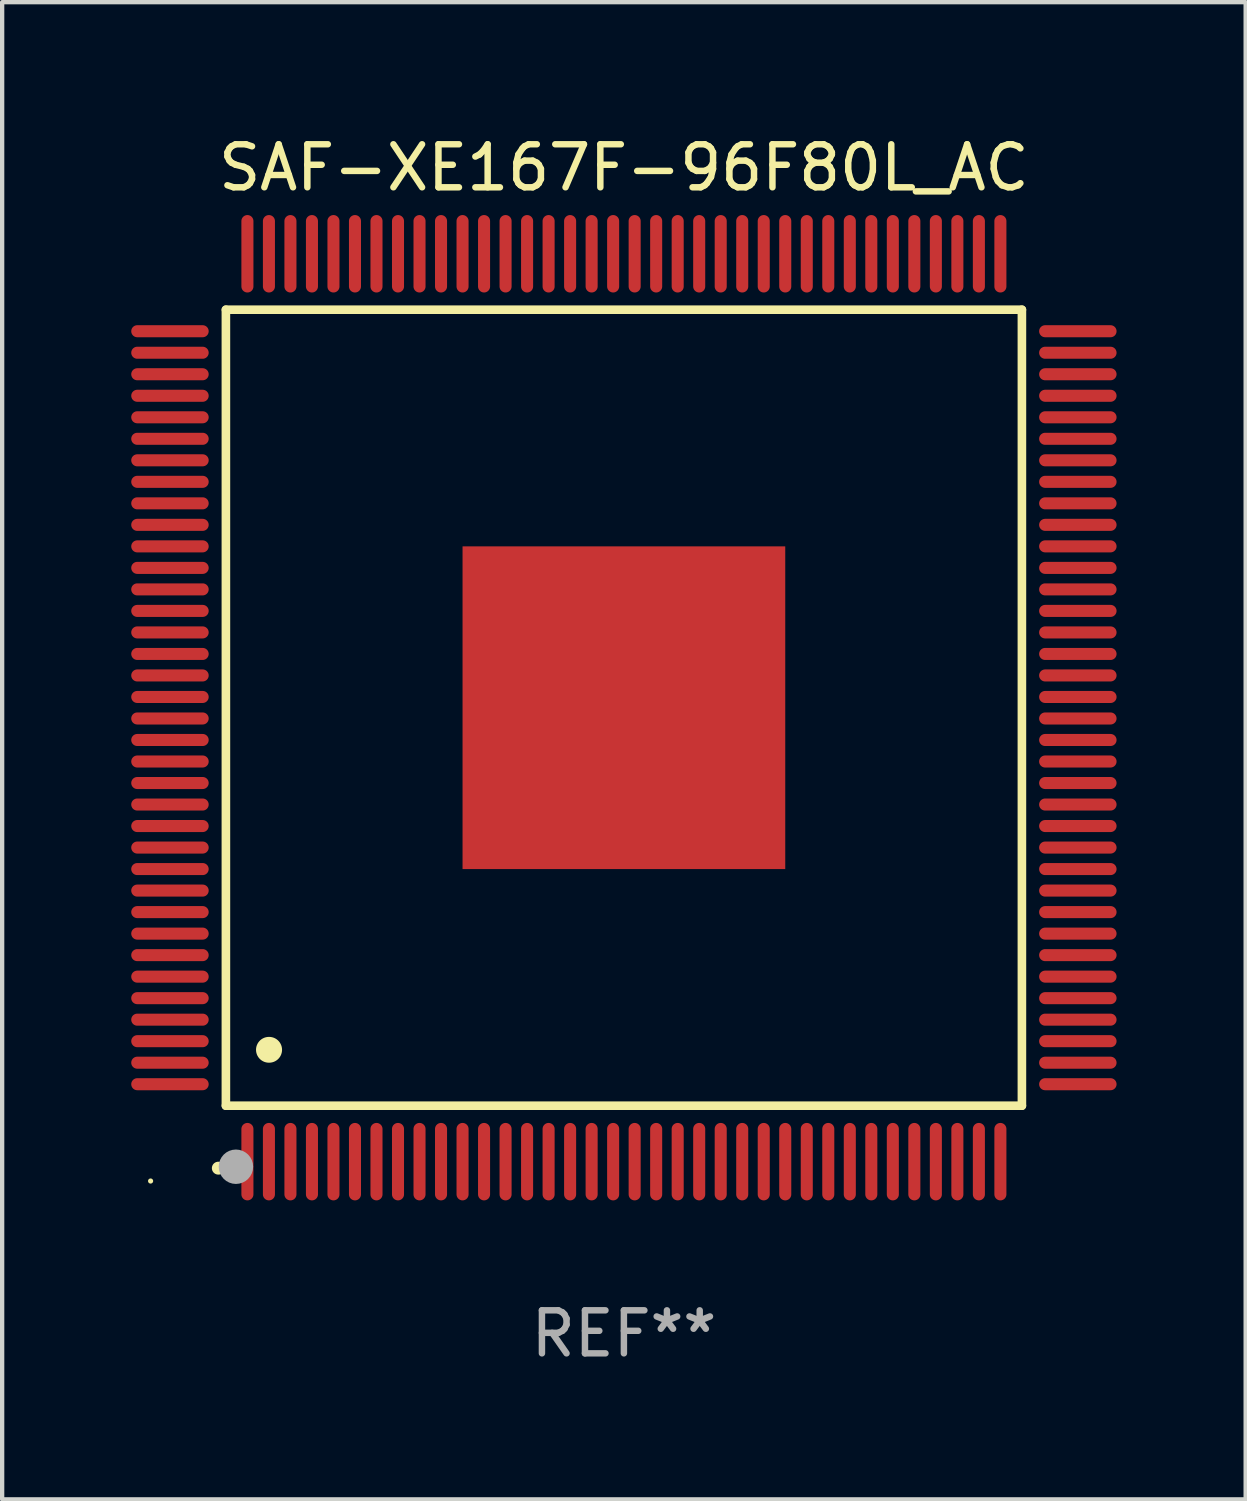
<source format=kicad_pcb>
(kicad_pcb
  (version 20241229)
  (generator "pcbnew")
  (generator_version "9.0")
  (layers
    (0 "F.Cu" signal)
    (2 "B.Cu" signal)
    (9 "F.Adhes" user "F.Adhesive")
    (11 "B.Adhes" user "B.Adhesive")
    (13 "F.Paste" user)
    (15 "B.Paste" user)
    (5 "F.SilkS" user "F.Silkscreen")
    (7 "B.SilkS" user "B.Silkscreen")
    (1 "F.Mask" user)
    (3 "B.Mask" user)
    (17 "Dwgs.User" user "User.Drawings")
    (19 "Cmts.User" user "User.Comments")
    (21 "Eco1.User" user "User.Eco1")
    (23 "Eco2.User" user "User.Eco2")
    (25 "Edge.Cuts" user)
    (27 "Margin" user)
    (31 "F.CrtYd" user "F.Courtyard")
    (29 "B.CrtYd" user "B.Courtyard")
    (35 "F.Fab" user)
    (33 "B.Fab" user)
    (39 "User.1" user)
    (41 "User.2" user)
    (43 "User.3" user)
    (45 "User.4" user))
  (footprint "SAF-XE167F-96F80L_AC"
    (layer "F.Cu")
    (at 11.45 13.398)
    (property "Reference" "SAF-XE167F-96F80L_AC" (at 0 -12.55 0) (layer "F.SilkS") (effects (font (size 1 1) (thickness 0.15))))
    (attr through_hole)
    (fp_line (start -9.25 -9.25) (end 9.25 -9.25) (stroke (width 0.2) (type solid)) (layer "F.SilkS"))
    (fp_line (start -9.25 9.25) (end -9.25 -9.25) (stroke (width 0.2) (type solid)) (layer "F.SilkS"))
    (fp_line (start 9.25 -9.25) (end 9.25 9.25) (stroke (width 0.2) (type solid)) (layer "F.SilkS"))
    (fp_line (start 9.25 9.25) (end -9.25 9.25) (stroke (width 0.2) (type solid)) (layer "F.SilkS"))
    (fp_arc (start -9.425959 10.701041) (mid -9.424689 10.701036) (end -9.423419 10.701041) (stroke (width 0.3) (type solid)) (layer "F.SilkS"))
    (fp_arc (start -8.249936 7.950216) (mid -8.247396 7.950205) (end -8.244856 7.950216) (stroke (width 0.6) (type solid)) (layer "F.SilkS"))
    (fp_circle (center -11 11) (end -10.97 11) (stroke (width 0.06) (type solid)) (fill no) (layer "F.SilkS"))
    (fp_circle (center -9.017 10.668) (end -8.817 10.668) (stroke (width 0.4) (type solid)) (fill no) (layer "F.Fab"))
    (fp_text user "REF**" (at 0 14.55 0) (layer "F.Fab") (effects (font (size 1 1) (thickness 0.15))))
    (pad "1" smd oval (at -8.75 10.55 180) (size 0.28 1.8) (layers "F.Cu" "F.Mask" "F.Paste"))
    (pad "2" smd oval (at -8.25 10.55 180) (size 0.28 1.8) (layers "F.Cu" "F.Mask" "F.Paste"))
    (pad "3" smd oval (at -7.75 10.55 180) (size 0.28 1.8) (layers "F.Cu" "F.Mask" "F.Paste"))
    (pad "4" smd oval (at -7.25 10.55 180) (size 0.28 1.8) (layers "F.Cu" "F.Mask" "F.Paste"))
    (pad "5" smd oval (at -6.75 10.55 180) (size 0.28 1.8) (layers "F.Cu" "F.Mask" "F.Paste"))
    (pad "6" smd oval (at -6.25 10.55 180) (size 0.28 1.8) (layers "F.Cu" "F.Mask" "F.Paste"))
    (pad "7" smd oval (at -5.75 10.55 180) (size 0.28 1.8) (layers "F.Cu" "F.Mask" "F.Paste"))
    (pad "8" smd oval (at -5.25 10.55 180) (size 0.28 1.8) (layers "F.Cu" "F.Mask" "F.Paste"))
    (pad "9" smd oval (at -4.75 10.55 180) (size 0.28 1.8) (layers "F.Cu" "F.Mask" "F.Paste"))
    (pad "10" smd oval (at -4.25 10.55 180) (size 0.28 1.8) (layers "F.Cu" "F.Mask" "F.Paste"))
    (pad "11" smd oval (at -3.75 10.55 180) (size 0.28 1.8) (layers "F.Cu" "F.Mask" "F.Paste"))
    (pad "12" smd oval (at -3.25 10.55 180) (size 0.28 1.8) (layers "F.Cu" "F.Mask" "F.Paste"))
    (pad "13" smd oval (at -2.75 10.55 180) (size 0.28 1.8) (layers "F.Cu" "F.Mask" "F.Paste"))
    (pad "14" smd oval (at -2.25 10.55 180) (size 0.28 1.8) (layers "F.Cu" "F.Mask" "F.Paste"))
    (pad "15" smd oval (at -1.75 10.55 180) (size 0.28 1.8) (layers "F.Cu" "F.Mask" "F.Paste"))
    (pad "16" smd oval (at -1.25 10.55 180) (size 0.28 1.8) (layers "F.Cu" "F.Mask" "F.Paste"))
    (pad "17" smd oval (at -0.75 10.55 180) (size 0.28 1.8) (layers "F.Cu" "F.Mask" "F.Paste"))
    (pad "18" smd oval (at -0.25 10.55 180) (size 0.28 1.8) (layers "F.Cu" "F.Mask" "F.Paste"))
    (pad "19" smd oval (at 0.25 10.55 180) (size 0.28 1.8) (layers "F.Cu" "F.Mask" "F.Paste"))
    (pad "20" smd oval (at 0.75 10.55 180) (size 0.28 1.8) (layers "F.Cu" "F.Mask" "F.Paste"))
    (pad "21" smd oval (at 1.25 10.55 180) (size 0.28 1.8) (layers "F.Cu" "F.Mask" "F.Paste"))
    (pad "22" smd oval (at 1.75 10.55 180) (size 0.28 1.8) (layers "F.Cu" "F.Mask" "F.Paste"))
    (pad "23" smd oval (at 2.25 10.55 180) (size 0.28 1.8) (layers "F.Cu" "F.Mask" "F.Paste"))
    (pad "24" smd oval (at 2.75 10.55 180) (size 0.28 1.8) (layers "F.Cu" "F.Mask" "F.Paste"))
    (pad "25" smd oval (at 3.25 10.55 180) (size 0.28 1.8) (layers "F.Cu" "F.Mask" "F.Paste"))
    (pad "26" smd oval (at 3.75 10.55 180) (size 0.28 1.8) (layers "F.Cu" "F.Mask" "F.Paste"))
    (pad "27" smd oval (at 4.25 10.55 180) (size 0.28 1.8) (layers "F.Cu" "F.Mask" "F.Paste"))
    (pad "28" smd oval (at 4.75 10.55 180) (size 0.28 1.8) (layers "F.Cu" "F.Mask" "F.Paste"))
    (pad "29" smd oval (at 5.25 10.55 180) (size 0.28 1.8) (layers "F.Cu" "F.Mask" "F.Paste"))
    (pad "30" smd oval (at 5.75 10.55 180) (size 0.28 1.8) (layers "F.Cu" "F.Mask" "F.Paste"))
    (pad "31" smd oval (at 6.25 10.55 180) (size 0.28 1.8) (layers "F.Cu" "F.Mask" "F.Paste"))
    (pad "32" smd oval (at 6.75 10.55 180) (size 0.28 1.8) (layers "F.Cu" "F.Mask" "F.Paste"))
    (pad "33" smd oval (at 7.25 10.55 180) (size 0.28 1.8) (layers "F.Cu" "F.Mask" "F.Paste"))
    (pad "34" smd oval (at 7.75 10.55 180) (size 0.28 1.8) (layers "F.Cu" "F.Mask" "F.Paste"))
    (pad "35" smd oval (at 8.25 10.55 180) (size 0.28 1.8) (layers "F.Cu" "F.Mask" "F.Paste"))
    (pad "36" smd oval (at 8.75 10.55 180) (size 0.28 1.8) (layers "F.Cu" "F.Mask" "F.Paste"))
    (pad "37" smd oval (at 10.55 8.75 90) (size 0.28 1.8) (layers "F.Cu" "F.Mask" "F.Paste"))
    (pad "38" smd oval (at 10.55 8.25 90) (size 0.28 1.8) (layers "F.Cu" "F.Mask" "F.Paste"))
    (pad "39" smd oval (at 10.55 7.75 90) (size 0.28 1.8) (layers "F.Cu" "F.Mask" "F.Paste"))
    (pad "40" smd oval (at 10.55 7.25 90) (size 0.28 1.8) (layers "F.Cu" "F.Mask" "F.Paste"))
    (pad "41" smd oval (at 10.55 6.75 90) (size 0.28 1.8) (layers "F.Cu" "F.Mask" "F.Paste"))
    (pad "42" smd oval (at 10.55 6.25 90) (size 0.28 1.8) (layers "F.Cu" "F.Mask" "F.Paste"))
    (pad "43" smd oval (at 10.55 5.75 90) (size 0.28 1.8) (layers "F.Cu" "F.Mask" "F.Paste"))
    (pad "44" smd oval (at 10.55 5.25 90) (size 0.28 1.8) (layers "F.Cu" "F.Mask" "F.Paste"))
    (pad "45" smd oval (at 10.55 4.75 90) (size 0.28 1.8) (layers "F.Cu" "F.Mask" "F.Paste"))
    (pad "46" smd oval (at 10.55 4.25 90) (size 0.28 1.8) (layers "F.Cu" "F.Mask" "F.Paste"))
    (pad "47" smd oval (at 10.55 3.75 90) (size 0.28 1.8) (layers "F.Cu" "F.Mask" "F.Paste"))
    (pad "48" smd oval (at 10.55 3.25 90) (size 0.28 1.8) (layers "F.Cu" "F.Mask" "F.Paste"))
    (pad "49" smd oval (at 10.55 2.75 90) (size 0.28 1.8) (layers "F.Cu" "F.Mask" "F.Paste"))
    (pad "50" smd oval (at 10.55 2.25 90) (size 0.28 1.8) (layers "F.Cu" "F.Mask" "F.Paste"))
    (pad "51" smd oval (at 10.55 1.75 90) (size 0.28 1.8) (layers "F.Cu" "F.Mask" "F.Paste"))
    (pad "52" smd oval (at 10.55 1.25 90) (size 0.28 1.8) (layers "F.Cu" "F.Mask" "F.Paste"))
    (pad "53" smd oval (at 10.55 0.75 90) (size 0.28 1.8) (layers "F.Cu" "F.Mask" "F.Paste"))
    (pad "54" smd oval (at 10.55 0.25 90) (size 0.28 1.8) (layers "F.Cu" "F.Mask" "F.Paste"))
    (pad "55" smd oval (at 10.55 -0.25 90) (size 0.28 1.8) (layers "F.Cu" "F.Mask" "F.Paste"))
    (pad "56" smd oval (at 10.55 -0.75 90) (size 0.28 1.8) (layers "F.Cu" "F.Mask" "F.Paste"))
    (pad "57" smd oval (at 10.55 -1.25 90) (size 0.28 1.8) (layers "F.Cu" "F.Mask" "F.Paste"))
    (pad "58" smd oval (at 10.55 -1.75 90) (size 0.28 1.8) (layers "F.Cu" "F.Mask" "F.Paste"))
    (pad "59" smd oval (at 10.55 -2.25 90) (size 0.28 1.8) (layers "F.Cu" "F.Mask" "F.Paste"))
    (pad "60" smd oval (at 10.55 -2.75 90) (size 0.28 1.8) (layers "F.Cu" "F.Mask" "F.Paste"))
    (pad "61" smd oval (at 10.55 -3.25 90) (size 0.28 1.8) (layers "F.Cu" "F.Mask" "F.Paste"))
    (pad "62" smd oval (at 10.55 -3.75 90) (size 0.28 1.8) (layers "F.Cu" "F.Mask" "F.Paste"))
    (pad "63" smd oval (at 10.55 -4.25 90) (size 0.28 1.8) (layers "F.Cu" "F.Mask" "F.Paste"))
    (pad "64" smd oval (at 10.55 -4.75 90) (size 0.28 1.8) (layers "F.Cu" "F.Mask" "F.Paste"))
    (pad "65" smd oval (at 10.55 -5.25 90) (size 0.28 1.8) (layers "F.Cu" "F.Mask" "F.Paste"))
    (pad "66" smd oval (at 10.55 -5.75 90) (size 0.28 1.8) (layers "F.Cu" "F.Mask" "F.Paste"))
    (pad "67" smd oval (at 10.55 -6.25 90) (size 0.28 1.8) (layers "F.Cu" "F.Mask" "F.Paste"))
    (pad "68" smd oval (at 10.55 -6.75 90) (size 0.28 1.8) (layers "F.Cu" "F.Mask" "F.Paste"))
    (pad "69" smd oval (at 10.55 -7.25 90) (size 0.28 1.8) (layers "F.Cu" "F.Mask" "F.Paste"))
    (pad "70" smd oval (at 10.55 -7.75 90) (size 0.28 1.8) (layers "F.Cu" "F.Mask" "F.Paste"))
    (pad "71" smd oval (at 10.55 -8.25 90) (size 0.28 1.8) (layers "F.Cu" "F.Mask" "F.Paste"))
    (pad "72" smd oval (at 10.55 -8.75 90) (size 0.28 1.8) (layers "F.Cu" "F.Mask" "F.Paste"))
    (pad "73" smd oval (at 8.75 -10.55 180) (size 0.28 1.8) (layers "F.Cu" "F.Mask" "F.Paste"))
    (pad "74" smd oval (at 8.25 -10.55 180) (size 0.28 1.8) (layers "F.Cu" "F.Mask" "F.Paste"))
    (pad "75" smd oval (at 7.75 -10.55 180) (size 0.28 1.8) (layers "F.Cu" "F.Mask" "F.Paste"))
    (pad "76" smd oval (at 7.25 -10.55 180) (size 0.28 1.8) (layers "F.Cu" "F.Mask" "F.Paste"))
    (pad "77" smd oval (at 6.75 -10.55 180) (size 0.28 1.8) (layers "F.Cu" "F.Mask" "F.Paste"))
    (pad "78" smd oval (at 6.25 -10.55 180) (size 0.28 1.8) (layers "F.Cu" "F.Mask" "F.Paste"))
    (pad "79" smd oval (at 5.75 -10.55 180) (size 0.28 1.8) (layers "F.Cu" "F.Mask" "F.Paste"))
    (pad "80" smd oval (at 5.25 -10.55 180) (size 0.28 1.8) (layers "F.Cu" "F.Mask" "F.Paste"))
    (pad "81" smd oval (at 4.75 -10.55 180) (size 0.28 1.8) (layers "F.Cu" "F.Mask" "F.Paste"))
    (pad "82" smd oval (at 4.25 -10.55 180) (size 0.28 1.8) (layers "F.Cu" "F.Mask" "F.Paste"))
    (pad "83" smd oval (at 3.75 -10.55 180) (size 0.28 1.8) (layers "F.Cu" "F.Mask" "F.Paste"))
    (pad "84" smd oval (at 3.25 -10.55 180) (size 0.28 1.8) (layers "F.Cu" "F.Mask" "F.Paste"))
    (pad "85" smd oval (at 2.75 -10.55 180) (size 0.28 1.8) (layers "F.Cu" "F.Mask" "F.Paste"))
    (pad "86" smd oval (at 2.25 -10.55 180) (size 0.28 1.8) (layers "F.Cu" "F.Mask" "F.Paste"))
    (pad "87" smd oval (at 1.75 -10.55 180) (size 0.28 1.8) (layers "F.Cu" "F.Mask" "F.Paste"))
    (pad "88" smd oval (at 1.25 -10.55 180) (size 0.28 1.8) (layers "F.Cu" "F.Mask" "F.Paste"))
    (pad "89" smd oval (at 0.75 -10.55 180) (size 0.28 1.8) (layers "F.Cu" "F.Mask" "F.Paste"))
    (pad "90" smd oval (at 0.25 -10.55 180) (size 0.28 1.8) (layers "F.Cu" "F.Mask" "F.Paste"))
    (pad "91" smd oval (at -0.25 -10.55 180) (size 0.28 1.8) (layers "F.Cu" "F.Mask" "F.Paste"))
    (pad "92" smd oval (at -0.75 -10.55 180) (size 0.28 1.8) (layers "F.Cu" "F.Mask" "F.Paste"))
    (pad "93" smd oval (at -1.25 -10.55 180) (size 0.28 1.8) (layers "F.Cu" "F.Mask" "F.Paste"))
    (pad "94" smd oval (at -1.75 -10.55 180) (size 0.28 1.8) (layers "F.Cu" "F.Mask" "F.Paste"))
    (pad "95" smd oval (at -2.25 -10.55 180) (size 0.28 1.8) (layers "F.Cu" "F.Mask" "F.Paste"))
    (pad "96" smd oval (at -2.75 -10.55 180) (size 0.28 1.8) (layers "F.Cu" "F.Mask" "F.Paste"))
    (pad "97" smd oval (at -3.25 -10.55 180) (size 0.28 1.8) (layers "F.Cu" "F.Mask" "F.Paste"))
    (pad "98" smd oval (at -3.75 -10.55 180) (size 0.28 1.8) (layers "F.Cu" "F.Mask" "F.Paste"))
    (pad "99" smd oval (at -4.25 -10.55 180) (size 0.28 1.8) (layers "F.Cu" "F.Mask" "F.Paste"))
    (pad "100" smd oval (at -4.75 -10.55 180) (size 0.28 1.8) (layers "F.Cu" "F.Mask" "F.Paste"))
    (pad "101" smd oval (at -5.25 -10.55 180) (size 0.28 1.8) (layers "F.Cu" "F.Mask" "F.Paste"))
    (pad "102" smd oval (at -5.75 -10.55 180) (size 0.28 1.8) (layers "F.Cu" "F.Mask" "F.Paste"))
    (pad "103" smd oval (at -6.25 -10.55 180) (size 0.28 1.8) (layers "F.Cu" "F.Mask" "F.Paste"))
    (pad "104" smd oval (at -6.75 -10.55 180) (size 0.28 1.8) (layers "F.Cu" "F.Mask" "F.Paste"))
    (pad "105" smd oval (at -7.25 -10.55 180) (size 0.28 1.8) (layers "F.Cu" "F.Mask" "F.Paste"))
    (pad "106" smd oval (at -7.75 -10.55 180) (size 0.28 1.8) (layers "F.Cu" "F.Mask" "F.Paste"))
    (pad "107" smd oval (at -8.25 -10.55 180) (size 0.28 1.8) (layers "F.Cu" "F.Mask" "F.Paste"))
    (pad "108" smd oval (at -8.75 -10.55 180) (size 0.28 1.8) (layers "F.Cu" "F.Mask" "F.Paste"))
    (pad "109" smd oval (at -10.55 -8.75 90) (size 0.28 1.8) (layers "F.Cu" "F.Mask" "F.Paste"))
    (pad "110" smd oval (at -10.55 -8.25 90) (size 0.28 1.8) (layers "F.Cu" "F.Mask" "F.Paste"))
    (pad "111" smd oval (at -10.55 -7.75 90) (size 0.28 1.8) (layers "F.Cu" "F.Mask" "F.Paste"))
    (pad "112" smd oval (at -10.55 -7.25 90) (size 0.28 1.8) (layers "F.Cu" "F.Mask" "F.Paste"))
    (pad "113" smd oval (at -10.55 -6.75 90) (size 0.28 1.8) (layers "F.Cu" "F.Mask" "F.Paste"))
    (pad "114" smd oval (at -10.55 -6.25 90) (size 0.28 1.8) (layers "F.Cu" "F.Mask" "F.Paste"))
    (pad "115" smd oval (at -10.55 -5.75 90) (size 0.28 1.8) (layers "F.Cu" "F.Mask" "F.Paste"))
    (pad "116" smd oval (at -10.55 -5.25 90) (size 0.28 1.8) (layers "F.Cu" "F.Mask" "F.Paste"))
    (pad "117" smd oval (at -10.55 -4.75 90) (size 0.28 1.8) (layers "F.Cu" "F.Mask" "F.Paste"))
    (pad "118" smd oval (at -10.55 -4.25 90) (size 0.28 1.8) (layers "F.Cu" "F.Mask" "F.Paste"))
    (pad "119" smd oval (at -10.55 -3.75 90) (size 0.28 1.8) (layers "F.Cu" "F.Mask" "F.Paste"))
    (pad "120" smd oval (at -10.55 -3.25 90) (size 0.28 1.8) (layers "F.Cu" "F.Mask" "F.Paste"))
    (pad "121" smd oval (at -10.55 -2.75 90) (size 0.28 1.8) (layers "F.Cu" "F.Mask" "F.Paste"))
    (pad "122" smd oval (at -10.55 -2.25 90) (size 0.28 1.8) (layers "F.Cu" "F.Mask" "F.Paste"))
    (pad "123" smd oval (at -10.55 -1.75 90) (size 0.28 1.8) (layers "F.Cu" "F.Mask" "F.Paste"))
    (pad "124" smd oval (at -10.55 -1.25 90) (size 0.28 1.8) (layers "F.Cu" "F.Mask" "F.Paste"))
    (pad "125" smd oval (at -10.55 -0.75 90) (size 0.28 1.8) (layers "F.Cu" "F.Mask" "F.Paste"))
    (pad "126" smd oval (at -10.55 -0.25 90) (size 0.28 1.8) (layers "F.Cu" "F.Mask" "F.Paste"))
    (pad "127" smd oval (at -10.55 0.25 90) (size 0.28 1.8) (layers "F.Cu" "F.Mask" "F.Paste"))
    (pad "128" smd oval (at -10.55 0.75 90) (size 0.28 1.8) (layers "F.Cu" "F.Mask" "F.Paste"))
    (pad "129" smd oval (at -10.55 1.25 90) (size 0.28 1.8) (layers "F.Cu" "F.Mask" "F.Paste"))
    (pad "130" smd oval (at -10.55 1.75 90) (size 0.28 1.8) (layers "F.Cu" "F.Mask" "F.Paste"))
    (pad "131" smd oval (at -10.55 2.25 90) (size 0.28 1.8) (layers "F.Cu" "F.Mask" "F.Paste"))
    (pad "132" smd oval (at -10.55 2.75 90) (size 0.28 1.8) (layers "F.Cu" "F.Mask" "F.Paste"))
    (pad "133" smd oval (at -10.55 3.25 90) (size 0.28 1.8) (layers "F.Cu" "F.Mask" "F.Paste"))
    (pad "134" smd oval (at -10.55 3.75 90) (size 0.28 1.8) (layers "F.Cu" "F.Mask" "F.Paste"))
    (pad "135" smd oval (at -10.55 4.25 90) (size 0.28 1.8) (layers "F.Cu" "F.Mask" "F.Paste"))
    (pad "136" smd oval (at -10.55 4.75 90) (size 0.28 1.8) (layers "F.Cu" "F.Mask" "F.Paste"))
    (pad "137" smd oval (at -10.55 5.25 90) (size 0.28 1.8) (layers "F.Cu" "F.Mask" "F.Paste"))
    (pad "138" smd oval (at -10.55 5.75 90) (size 0.28 1.8) (layers "F.Cu" "F.Mask" "F.Paste"))
    (pad "139" smd oval (at -10.55 6.25 90) (size 0.28 1.8) (layers "F.Cu" "F.Mask" "F.Paste"))
    (pad "140" smd oval (at -10.55 6.75 90) (size 0.28 1.8) (layers "F.Cu" "F.Mask" "F.Paste"))
    (pad "141" smd oval (at -10.55 7.25 90) (size 0.28 1.8) (layers "F.Cu" "F.Mask" "F.Paste"))
    (pad "142" smd oval (at -10.55 7.75 90) (size 0.28 1.8) (layers "F.Cu" "F.Mask" "F.Paste"))
    (pad "143" smd oval (at -10.55 8.25 90) (size 0.28 1.8) (layers "F.Cu" "F.Mask" "F.Paste"))
    (pad "144" smd oval (at -10.55 8.75 90) (size 0.28 1.8) (layers "F.Cu" "F.Mask" "F.Paste"))
    (pad "145" smd rect (at 0 0 90) (size 7.5 7.5) (layers "F.Cu" "F.Mask" "F.Paste")))
  (gr_rect
    (start -3 -3)
    (end 25.9 31.796)
    (stroke (width 0.1) (type default))
    (fill no)
    (layer "Edge.Cuts")))
</source>
